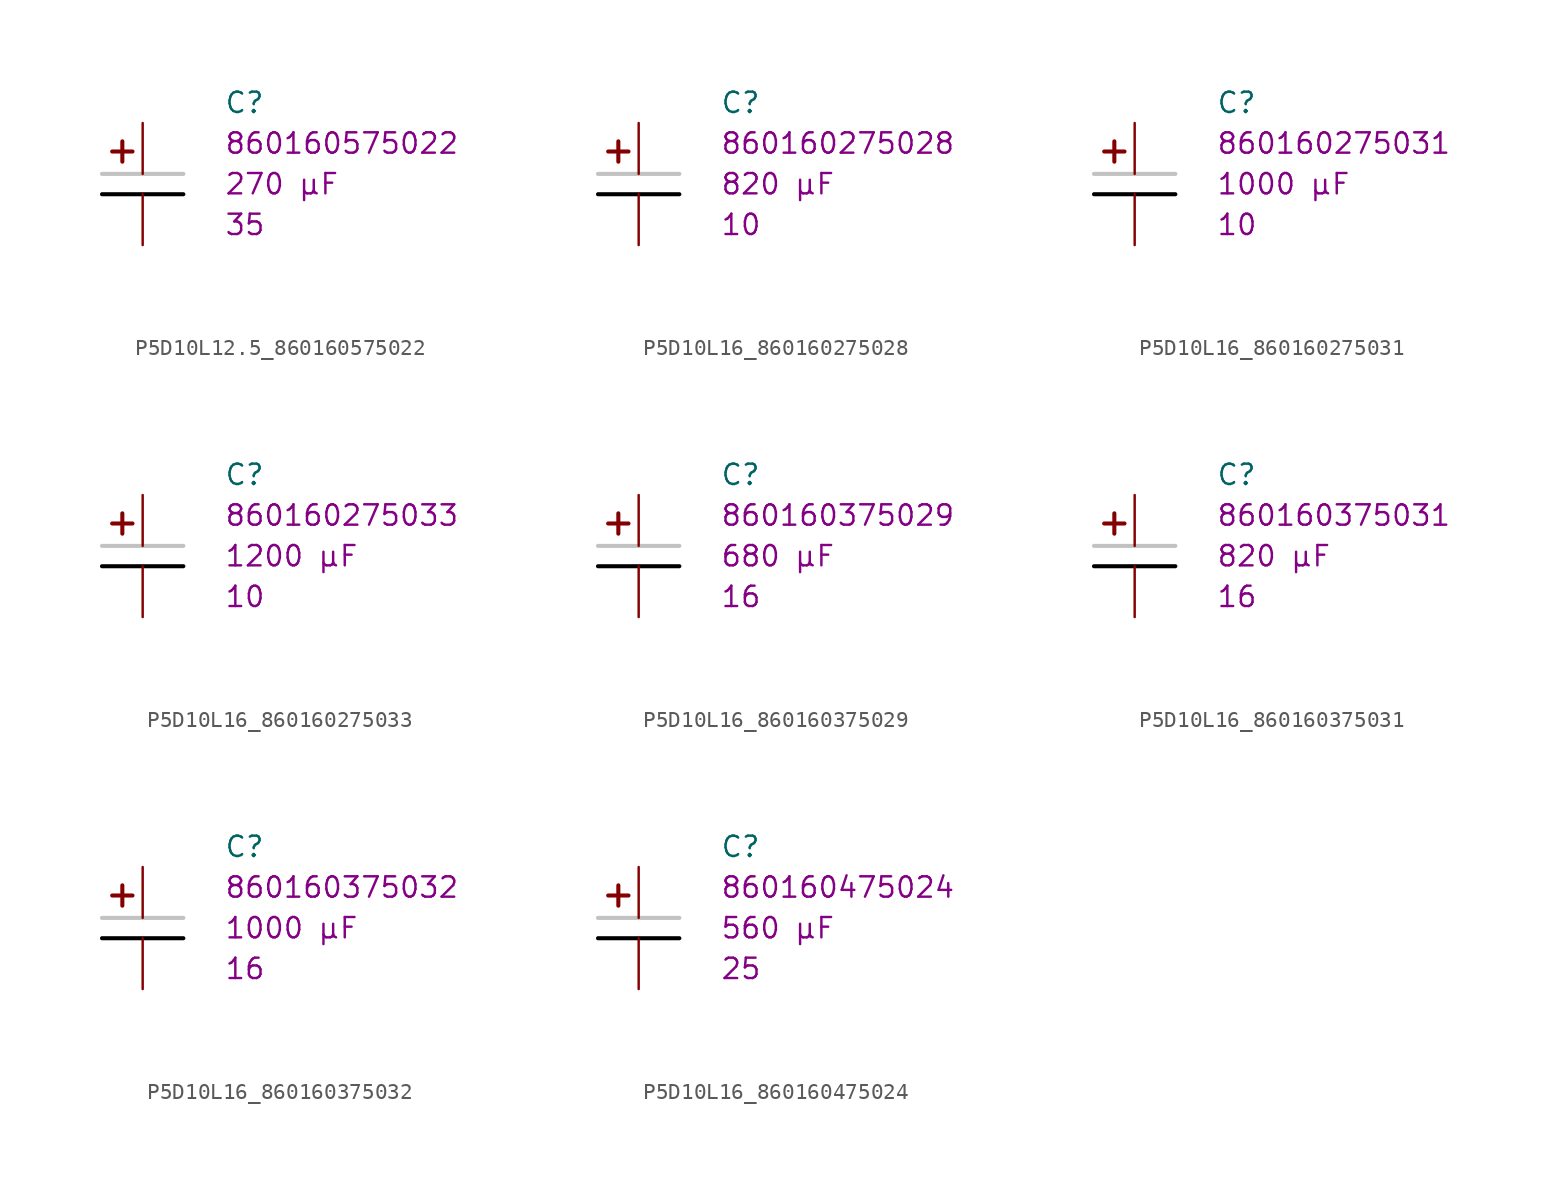
<source format=kicad_sym>
(kicad_symbol_lib
  (version 20220914)
  (generator kicad_symbol_editor)
  (symbol "P5D10L12.5_860160575022"
    (pin_numbers hide)
    (pin_names hide)
    (property "Reference" "C"
      (at 5.08 5.08 0)
      (effects (font (size 1.27 1.27)) (justify left)))
    (property "Part Number" "860160575022"
      (at 5.08 2.54 0)
      (effects (font (size 1.27 1.27)) (justify left)))
    (property "Capacitance" "270 µF"
      (at 5.08 0 0)
      (effects (font (size 1.27 1.27)) (justify left)))
    (property "Voltage" "35"
      (at 5.08 -2.54 0)
      (effects (font (size 1.27 1.27)) (justify left)))
    (property "Critical Parameter" ""
      (at 0 -7.62 0)
      (effects (font (size 1.27 1.27))))
    (symbol "P5D10L12.5_860160575022_1_1"
      (polyline (pts (xy -1.27 2.667) (xy -1.27 1.397)) (stroke (width 0.254) (type default)) (fill (type none)))
      (polyline (pts (xy -0.635 2.032) (xy -1.905 2.032)) (stroke (width 0.254) (type default)) (fill (type none)))
      (polyline (pts (xy 2.54 -0.635) (xy -2.54 -0.635)) (stroke (width 0.254) (type default) (color 0 0 0 1)) (fill (type none)))
      (polyline (pts (xy 2.54 0.635) (xy -2.54 0.635)) (stroke (width 0.254) (type default) (color 194 194 194 1)) (fill (type none)))
      (pin passive line (at 0 3.81 270) (length 3.175) (name "1" (effects (font (size 1.27 1.27)))) (number "1" (effects (font (size 1.27 1.27)))))
      (pin passive line (at 0 -3.81 90) (length 3.175) (name "2" (effects (font (size 1.27 1.27)))) (number "2" (effects (font (size 1.27 1.27)))))))
  (symbol "P5D10L16_860160275028"
    (pin_numbers hide)
    (pin_names hide)
    (property "Reference" "C"
      (at 5.08 5.08 0)
      (effects (font (size 1.27 1.27)) (justify left)))
    (property "Part Number" "860160275028"
      (at 5.08 2.54 0)
      (effects (font (size 1.27 1.27)) (justify left)))
    (property "Capacitance" "820 µF"
      (at 5.08 0 0)
      (effects (font (size 1.27 1.27)) (justify left)))
    (property "Voltage" "10"
      (at 5.08 -2.54 0)
      (effects (font (size 1.27 1.27)) (justify left)))
    (property "Critical Parameter" ""
      (at 0 -7.62 0)
      (effects (font (size 1.27 1.27))))
    (symbol "P5D10L16_860160275028_1_1"
      (polyline (pts (xy -1.27 2.667) (xy -1.27 1.397)) (stroke (width 0.254) (type default)) (fill (type none)))
      (polyline (pts (xy -0.635 2.032) (xy -1.905 2.032)) (stroke (width 0.254) (type default)) (fill (type none)))
      (polyline (pts (xy 2.54 -0.635) (xy -2.54 -0.635)) (stroke (width 0.254) (type default) (color 0 0 0 1)) (fill (type none)))
      (polyline (pts (xy 2.54 0.635) (xy -2.54 0.635)) (stroke (width 0.254) (type default) (color 194 194 194 1)) (fill (type none)))
      (pin passive line (at 0 3.81 270) (length 3.175) (name "1" (effects (font (size 1.27 1.27)))) (number "1" (effects (font (size 1.27 1.27)))))
      (pin passive line (at 0 -3.81 90) (length 3.175) (name "2" (effects (font (size 1.27 1.27)))) (number "2" (effects (font (size 1.27 1.27)))))))
  (symbol "P5D10L16_860160275031"
    (pin_numbers hide)
    (pin_names hide)
    (property "Reference" "C"
      (at 5.08 5.08 0)
      (effects (font (size 1.27 1.27)) (justify left)))
    (property "Part Number" "860160275031"
      (at 5.08 2.54 0)
      (effects (font (size 1.27 1.27)) (justify left)))
    (property "Capacitance" "1000 µF"
      (at 5.08 0 0)
      (effects (font (size 1.27 1.27)) (justify left)))
    (property "Voltage" "10"
      (at 5.08 -2.54 0)
      (effects (font (size 1.27 1.27)) (justify left)))
    (property "Critical Parameter" ""
      (at 0 -7.62 0)
      (effects (font (size 1.27 1.27))))
    (symbol "P5D10L16_860160275031_1_1"
      (polyline (pts (xy -1.27 2.667) (xy -1.27 1.397)) (stroke (width 0.254) (type default)) (fill (type none)))
      (polyline (pts (xy -0.635 2.032) (xy -1.905 2.032)) (stroke (width 0.254) (type default)) (fill (type none)))
      (polyline (pts (xy 2.54 -0.635) (xy -2.54 -0.635)) (stroke (width 0.254) (type default) (color 0 0 0 1)) (fill (type none)))
      (polyline (pts (xy 2.54 0.635) (xy -2.54 0.635)) (stroke (width 0.254) (type default) (color 194 194 194 1)) (fill (type none)))
      (pin passive line (at 0 3.81 270) (length 3.175) (name "1" (effects (font (size 1.27 1.27)))) (number "1" (effects (font (size 1.27 1.27)))))
      (pin passive line (at 0 -3.81 90) (length 3.175) (name "2" (effects (font (size 1.27 1.27)))) (number "2" (effects (font (size 1.27 1.27)))))))
  (symbol "P5D10L16_860160275033"
    (pin_numbers hide)
    (pin_names hide)
    (property "Reference" "C"
      (at 5.08 5.08 0)
      (effects (font (size 1.27 1.27)) (justify left)))
    (property "Part Number" "860160275033"
      (at 5.08 2.54 0)
      (effects (font (size 1.27 1.27)) (justify left)))
    (property "Capacitance" "1200 µF"
      (at 5.08 0 0)
      (effects (font (size 1.27 1.27)) (justify left)))
    (property "Voltage" "10"
      (at 5.08 -2.54 0)
      (effects (font (size 1.27 1.27)) (justify left)))
    (property "Critical Parameter" ""
      (at 0 -7.62 0)
      (effects (font (size 1.27 1.27))))
    (symbol "P5D10L16_860160275033_1_1"
      (polyline (pts (xy -1.27 2.667) (xy -1.27 1.397)) (stroke (width 0.254) (type default)) (fill (type none)))
      (polyline (pts (xy -0.635 2.032) (xy -1.905 2.032)) (stroke (width 0.254) (type default)) (fill (type none)))
      (polyline (pts (xy 2.54 -0.635) (xy -2.54 -0.635)) (stroke (width 0.254) (type default) (color 0 0 0 1)) (fill (type none)))
      (polyline (pts (xy 2.54 0.635) (xy -2.54 0.635)) (stroke (width 0.254) (type default) (color 194 194 194 1)) (fill (type none)))
      (pin passive line (at 0 3.81 270) (length 3.175) (name "1" (effects (font (size 1.27 1.27)))) (number "1" (effects (font (size 1.27 1.27)))))
      (pin passive line (at 0 -3.81 90) (length 3.175) (name "2" (effects (font (size 1.27 1.27)))) (number "2" (effects (font (size 1.27 1.27)))))))
  (symbol "P5D10L16_860160375029"
    (pin_numbers hide)
    (pin_names hide)
    (property "Reference" "C"
      (at 5.08 5.08 0)
      (effects (font (size 1.27 1.27)) (justify left)))
    (property "Part Number" "860160375029"
      (at 5.08 2.54 0)
      (effects (font (size 1.27 1.27)) (justify left)))
    (property "Capacitance" "680 µF"
      (at 5.08 0 0)
      (effects (font (size 1.27 1.27)) (justify left)))
    (property "Voltage" "16"
      (at 5.08 -2.54 0)
      (effects (font (size 1.27 1.27)) (justify left)))
    (property "Critical Parameter" ""
      (at 0 -7.62 0)
      (effects (font (size 1.27 1.27))))
    (symbol "P5D10L16_860160375029_1_1"
      (polyline (pts (xy -1.27 2.667) (xy -1.27 1.397)) (stroke (width 0.254) (type default)) (fill (type none)))
      (polyline (pts (xy -0.635 2.032) (xy -1.905 2.032)) (stroke (width 0.254) (type default)) (fill (type none)))
      (polyline (pts (xy 2.54 -0.635) (xy -2.54 -0.635)) (stroke (width 0.254) (type default) (color 0 0 0 1)) (fill (type none)))
      (polyline (pts (xy 2.54 0.635) (xy -2.54 0.635)) (stroke (width 0.254) (type default) (color 194 194 194 1)) (fill (type none)))
      (pin passive line (at 0 3.81 270) (length 3.175) (name "1" (effects (font (size 1.27 1.27)))) (number "1" (effects (font (size 1.27 1.27)))))
      (pin passive line (at 0 -3.81 90) (length 3.175) (name "2" (effects (font (size 1.27 1.27)))) (number "2" (effects (font (size 1.27 1.27)))))))
  (symbol "P5D10L16_860160375031"
    (pin_numbers hide)
    (pin_names hide)
    (property "Reference" "C"
      (at 5.08 5.08 0)
      (effects (font (size 1.27 1.27)) (justify left)))
    (property "Part Number" "860160375031"
      (at 5.08 2.54 0)
      (effects (font (size 1.27 1.27)) (justify left)))
    (property "Capacitance" "820 µF"
      (at 5.08 0 0)
      (effects (font (size 1.27 1.27)) (justify left)))
    (property "Voltage" "16"
      (at 5.08 -2.54 0)
      (effects (font (size 1.27 1.27)) (justify left)))
    (property "Critical Parameter" ""
      (at 0 -7.62 0)
      (effects (font (size 1.27 1.27))))
    (symbol "P5D10L16_860160375031_1_1"
      (polyline (pts (xy -1.27 2.667) (xy -1.27 1.397)) (stroke (width 0.254) (type default)) (fill (type none)))
      (polyline (pts (xy -0.635 2.032) (xy -1.905 2.032)) (stroke (width 0.254) (type default)) (fill (type none)))
      (polyline (pts (xy 2.54 -0.635) (xy -2.54 -0.635)) (stroke (width 0.254) (type default) (color 0 0 0 1)) (fill (type none)))
      (polyline (pts (xy 2.54 0.635) (xy -2.54 0.635)) (stroke (width 0.254) (type default) (color 194 194 194 1)) (fill (type none)))
      (pin passive line (at 0 3.81 270) (length 3.175) (name "1" (effects (font (size 1.27 1.27)))) (number "1" (effects (font (size 1.27 1.27)))))
      (pin passive line (at 0 -3.81 90) (length 3.175) (name "2" (effects (font (size 1.27 1.27)))) (number "2" (effects (font (size 1.27 1.27)))))))
  (symbol "P5D10L16_860160375032"
    (pin_numbers hide)
    (pin_names hide)
    (property "Reference" "C"
      (at 5.08 5.08 0)
      (effects (font (size 1.27 1.27)) (justify left)))
    (property "Part Number" "860160375032"
      (at 5.08 2.54 0)
      (effects (font (size 1.27 1.27)) (justify left)))
    (property "Capacitance" "1000 µF"
      (at 5.08 0 0)
      (effects (font (size 1.27 1.27)) (justify left)))
    (property "Voltage" "16"
      (at 5.08 -2.54 0)
      (effects (font (size 1.27 1.27)) (justify left)))
    (property "Critical Parameter" ""
      (at 0 -7.62 0)
      (effects (font (size 1.27 1.27))))
    (symbol "P5D10L16_860160375032_1_1"
      (polyline (pts (xy -1.27 2.667) (xy -1.27 1.397)) (stroke (width 0.254) (type default)) (fill (type none)))
      (polyline (pts (xy -0.635 2.032) (xy -1.905 2.032)) (stroke (width 0.254) (type default)) (fill (type none)))
      (polyline (pts (xy 2.54 -0.635) (xy -2.54 -0.635)) (stroke (width 0.254) (type default) (color 0 0 0 1)) (fill (type none)))
      (polyline (pts (xy 2.54 0.635) (xy -2.54 0.635)) (stroke (width 0.254) (type default) (color 194 194 194 1)) (fill (type none)))
      (pin passive line (at 0 3.81 270) (length 3.175) (name "1" (effects (font (size 1.27 1.27)))) (number "1" (effects (font (size 1.27 1.27)))))
      (pin passive line (at 0 -3.81 90) (length 3.175) (name "2" (effects (font (size 1.27 1.27)))) (number "2" (effects (font (size 1.27 1.27)))))))
  (symbol "P5D10L16_860160475024"
    (pin_numbers hide)
    (pin_names hide)
    (property "Reference" "C"
      (at 5.08 5.08 0)
      (effects (font (size 1.27 1.27)) (justify left)))
    (property "Part Number" "860160475024"
      (at 5.08 2.54 0)
      (effects (font (size 1.27 1.27)) (justify left)))
    (property "Capacitance" "560 µF"
      (at 5.08 0 0)
      (effects (font (size 1.27 1.27)) (justify left)))
    (property "Voltage" "25"
      (at 5.08 -2.54 0)
      (effects (font (size 1.27 1.27)) (justify left)))
    (property "Critical Parameter" ""
      (at 0 -7.62 0)
      (effects (font (size 1.27 1.27))))
    (symbol "P5D10L16_860160475024_1_1"
      (polyline (pts (xy -1.27 2.667) (xy -1.27 1.397)) (stroke (width 0.254) (type default)) (fill (type none)))
      (polyline (pts (xy -0.635 2.032) (xy -1.905 2.032)) (stroke (width 0.254) (type default)) (fill (type none)))
      (polyline (pts (xy 2.54 -0.635) (xy -2.54 -0.635)) (stroke (width 0.254) (type default) (color 0 0 0 1)) (fill (type none)))
      (polyline (pts (xy 2.54 0.635) (xy -2.54 0.635)) (stroke (width 0.254) (type default) (color 194 194 194 1)) (fill (type none)))
      (pin passive line (at 0 3.81 270) (length 3.175) (name "1" (effects (font (size 1.27 1.27)))) (number "1" (effects (font (size 1.27 1.27)))))
      (pin passive line (at 0 -3.81 90) (length 3.175) (name "2" (effects (font (size 1.27 1.27)))) (number "2" (effects (font (size 1.27 1.27))))))))
</source>
